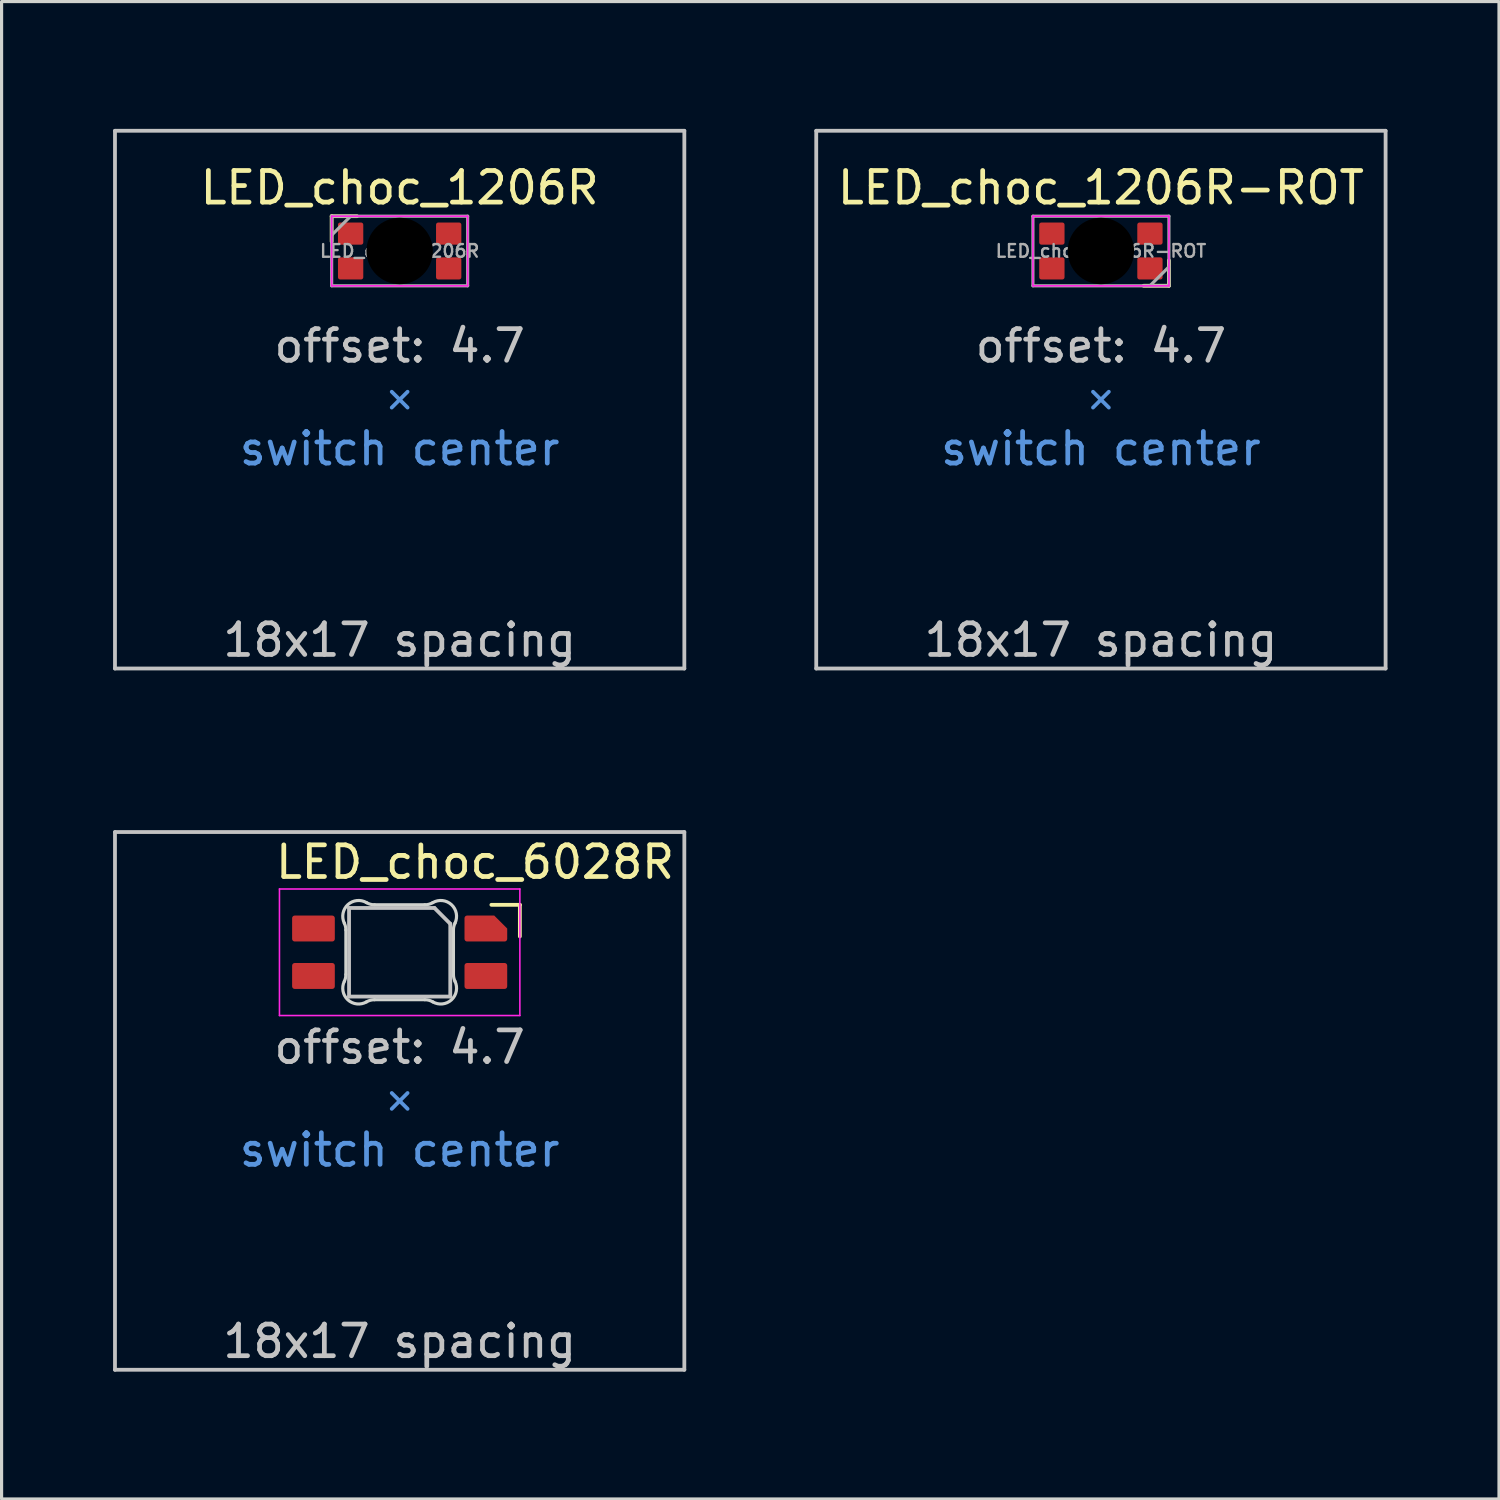
<source format=kicad_pcb>
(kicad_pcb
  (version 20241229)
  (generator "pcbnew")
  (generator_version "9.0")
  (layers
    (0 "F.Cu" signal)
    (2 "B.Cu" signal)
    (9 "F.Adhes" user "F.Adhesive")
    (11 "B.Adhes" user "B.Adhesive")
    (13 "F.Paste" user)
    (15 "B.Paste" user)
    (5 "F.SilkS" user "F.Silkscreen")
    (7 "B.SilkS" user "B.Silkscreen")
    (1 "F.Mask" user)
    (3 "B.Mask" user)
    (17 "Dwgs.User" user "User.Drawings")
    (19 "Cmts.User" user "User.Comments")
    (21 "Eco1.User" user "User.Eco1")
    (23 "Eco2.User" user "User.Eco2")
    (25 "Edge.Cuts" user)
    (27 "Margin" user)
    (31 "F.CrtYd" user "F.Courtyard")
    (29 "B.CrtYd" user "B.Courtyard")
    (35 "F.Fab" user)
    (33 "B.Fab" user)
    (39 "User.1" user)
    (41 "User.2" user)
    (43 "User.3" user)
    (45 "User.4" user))
  (footprint "LED_choc_1206R-ROT"
    (layer "F.Cu")
    (at 31.755 4.885)
    (property "Reference" "LED_choc_1206R-ROT" (at 0 -2 180) (layer "F.SilkS") (effects (font (size 1 1) (thickness 0.15))))
    (attr smd)
    (fp_line (start 1.35 1.1) (end 2.15 1.1) (stroke (width 0.12) (type solid)) (layer "F.SilkS"))
    (fp_line (start 2.15 1.1) (end 2.15 0.3) (stroke (width 0.12) (type solid)) (layer "F.SilkS"))
    (fp_line (start -9 -3.8) (end -9 13.2) (stroke (width 0.12) (type solid)) (layer "Dwgs.User"))
    (fp_line (start -9 13.2) (end 9 13.2) (stroke (width 0.12) (type solid)) (layer "Dwgs.User"))
    (fp_line (start 9 -3.8) (end -9 -3.8) (stroke (width 0.12) (type solid)) (layer "Dwgs.User"))
    (fp_line (start 9 13.2) (end 9 -3.8) (stroke (width 0.12) (type solid)) (layer "Dwgs.User"))
    (fp_line (start -0.25 4.45) (end 0 4.7) (stroke (width 0.12) (type solid)) (layer "Cmts.User"))
    (fp_line (start 0 4.7) (end -0.25 4.95) (stroke (width 0.12) (type solid)) (layer "Cmts.User"))
    (fp_line (start 0 4.7) (end 0.25 4.95) (stroke (width 0.12) (type solid)) (layer "Cmts.User"))
    (fp_line (start 0.25 4.45) (end 0 4.7) (stroke (width 0.12) (type solid)) (layer "Cmts.User"))
    (fp_line (start -9.525 -4.825) (end 9.525 -4.825) (stroke (width 0.12) (type solid)) (layer "Eco1.User"))
    (fp_line (start -9.525 14.225) (end -9.525 -4.825) (stroke (width 0.12) (type solid)) (layer "Eco1.User"))
    (fp_line (start 9.525 -4.825) (end 9.525 14.225) (stroke (width 0.12) (type solid)) (layer "Eco1.User"))
    (fp_line (start 9.525 14.225) (end -9.525 14.225) (stroke (width 0.12) (type solid)) (layer "Eco1.User"))
    (fp_line (start -2.15 -1.1) (end 2.15 -1.1) (stroke (width 0.05) (type solid)) (layer "F.CrtYd"))
    (fp_line (start -2.15 1.1) (end -2.15 -1.1) (stroke (width 0.05) (type solid)) (layer "F.CrtYd"))
    (fp_line (start 2.15 -1.1) (end 2.15 1.1) (stroke (width 0.05) (type solid)) (layer "F.CrtYd"))
    (fp_line (start 2.15 1.1) (end -2.15 1.1) (stroke (width 0.05) (type solid)) (layer "F.CrtYd"))
    (fp_line (start -2.15 -1.1) (end 2.15 -1.1) (stroke (width 0.1) (type default)) (layer "F.Fab"))
    (fp_line (start -2.15 1.1) (end -2.15 -1.1) (stroke (width 0.1) (type default)) (layer "F.Fab"))
    (fp_line (start 2.15 -1.1) (end 2.15 1.1) (stroke (width 0.1) (type default)) (layer "F.Fab"))
    (fp_line (start 2.15 0.5) (end 1.55 1.1) (stroke (width 0.1) (type default)) (layer "F.Fab"))
    (fp_line (start 2.15 1.1) (end -2.15 1.1) (stroke (width 0.1) (type default)) (layer "F.Fab"))
    (fp_text user "18x17 spacing" (at 0 12.3 180) (layer "Dwgs.User") (effects (font (size 1 1) (thickness 0.15))))
    (fp_text user "offset: 4.7" (at 0 3 180) (layer "Dwgs.User") (effects (font (size 1 1) (thickness 0.15))))
    (fp_text user "switch center" (at 0 6.25 180) (layer "Cmts.User") (effects (font (size 1 1) (thickness 0.15))))
    (fp_text user "19.05 spacing" (at 0 13.4 180) (layer "Eco1.User") (effects (font (size 1 1) (thickness 0.15))))
    (fp_text user "${REFERENCE}" (at 0 0 180) (layer "F.Fab") (effects (font (size 0.4 0.4) (thickness 0.075) (bold yes))))
    (pad "" np_thru_hole circle (at 0 0 90) (size 2.1 2.1) (drill 2.1) (layers "*.Mask"))
    (pad "1" smd roundrect (at 1.55 0.55 90) (size 0.7 0.8) (layers "F.Cu" "F.Mask" "F.Paste") (roundrect_rratio 0.1))
    (pad "2" smd roundrect (at 1.55 -0.55 90) (size 0.7 0.8) (layers "F.Cu" "F.Mask" "F.Paste") (roundrect_rratio 0.1))
    (pad "3" smd roundrect (at -1.55 -0.55 90) (size 0.7 0.8) (layers "F.Cu" "F.Mask" "F.Paste") (roundrect_rratio 0.1))
    (pad "4" smd roundrect (at -1.55 0.55 90) (size 0.7 0.8) (layers "F.Cu" "F.Mask" "F.Paste") (roundrect_rratio 0.1)))
  (footprint "LED_choc_6028R"
    (layer "F.Cu")
    (at 9.585 27.055)
    (property "Reference" "LED_choc_6028R" (at -4 -2.85 180) (layer "F.SilkS") (effects (font (size 1 1) (thickness 0.15)) (justify left)))
    (attr smd)
    (fp_line (start 3.8 -1.5) (end 2.9 -1.5) (stroke (width 0.12) (type solid)) (layer "F.SilkS"))
    (fp_line (start 3.8 -0.5) (end 3.8 -1.5) (stroke (width 0.12) (type solid)) (layer "F.SilkS"))
    (fp_line (start -9 -3.8) (end -9 13.2) (stroke (width 0.12) (type solid)) (layer "Dwgs.User"))
    (fp_line (start -9 13.2) (end 9 13.2) (stroke (width 0.12) (type solid)) (layer "Dwgs.User"))
    (fp_line (start -1.6 -1.4) (end 1.1 -1.4) (stroke (width 0.12) (type solid)) (layer "Dwgs.User"))
    (fp_line (start -1.6 1.4) (end -1.6 -1.4) (stroke (width 0.12) (type solid)) (layer "Dwgs.User"))
    (fp_line (start 1.6 -0.9) (end 1.1 -1.4) (stroke (width 0.12) (type solid)) (layer "Dwgs.User"))
    (fp_line (start 1.6 -0.9) (end 1.6 1.4) (stroke (width 0.12) (type solid)) (layer "Dwgs.User"))
    (fp_line (start 1.6 1.4) (end -1.6 1.4) (stroke (width 0.12) (type solid)) (layer "Dwgs.User"))
    (fp_line (start 9 -3.8) (end -9 -3.8) (stroke (width 0.12) (type solid)) (layer "Dwgs.User"))
    (fp_line (start 9 13.2) (end 9 -3.8) (stroke (width 0.12) (type solid)) (layer "Dwgs.User"))
    (fp_line (start -0.25 4.45) (end 0 4.7) (stroke (width 0.12) (type solid)) (layer "Cmts.User"))
    (fp_line (start 0 4.7) (end -0.25 4.95) (stroke (width 0.12) (type solid)) (layer "Cmts.User"))
    (fp_line (start 0 4.7) (end 0.25 4.95) (stroke (width 0.12) (type solid)) (layer "Cmts.User"))
    (fp_line (start 0.25 4.45) (end 0 4.7) (stroke (width 0.12) (type solid)) (layer "Cmts.User"))
    (fp_line (start -9.525 -4.825) (end 9.525 -4.825) (stroke (width 0.12) (type solid)) (layer "Eco1.User"))
    (fp_line (start -9.525 14.225) (end -9.525 -4.825) (stroke (width 0.12) (type solid)) (layer "Eco1.User"))
    (fp_line (start 9.525 -4.825) (end 9.525 14.225) (stroke (width 0.12) (type solid)) (layer "Eco1.User"))
    (fp_line (start 9.525 14.225) (end -9.525 14.225) (stroke (width 0.12) (type solid)) (layer "Eco1.User"))
    (fp_line (start -1.7 -0.703) (end -1.7 0.703) (stroke (width 0.1) (type solid)) (layer "Edge.Cuts"))
    (fp_line (start -0.794 1.5) (end 0.794 1.5) (stroke (width 0.1) (type solid)) (layer "Edge.Cuts"))
    (fp_line (start 0.794 -1.5) (end -0.794 -1.5) (stroke (width 0.1) (type solid)) (layer "Edge.Cuts"))
    (fp_line (start 1.7 0.703) (end 1.7 -0.703) (stroke (width 0.1) (type solid)) (layer "Edge.Cuts"))
    (fp_arc (start -1.749484 -0.919719) (mid -1.712527 -0.814067) (end -1.699999 -0.702842) (stroke (width 0.1) (type solid)) (layer "Edge.Cuts"))
    (fp_arc (start -1.749484 -0.919719) (mid -1.63807 -1.504033) (end -1.046711 -1.568296) (stroke (width 0.1) (type solid)) (layer "Edge.Cuts"))
    (fp_arc (start -1.699999 0.702843) (mid -1.712527 0.814069) (end -1.749484 0.919721) (stroke (width 0.1) (type solid)) (layer "Edge.Cuts"))
    (fp_arc (start -1.046711 1.5683) (mid -1.638071 1.504036) (end -1.749484 0.919721) (stroke (width 0.1) (type solid)) (layer "Edge.Cuts"))
    (fp_arc (start -1.046711 1.5683) (mid -0.925123 1.517378) (end -0.794453 1.500001) (stroke (width 0.1) (type solid)) (layer "Edge.Cuts"))
    (fp_arc (start -0.794452 -1.499999) (mid -0.925122 -1.517376) (end -1.04671 -1.568298) (stroke (width 0.1) (type solid)) (layer "Edge.Cuts"))
    (fp_arc (start 0.794453 1.5) (mid 0.925123 1.517377) (end 1.046711 1.568299) (stroke (width 0.1) (type solid)) (layer "Edge.Cuts"))
    (fp_arc (start 1.046711 -1.568298) (mid 0.925123 -1.517376) (end 0.794452 -1.499999) (stroke (width 0.1) (type solid)) (layer "Edge.Cuts"))
    (fp_arc (start 1.046711 -1.568298) (mid 1.638072 -1.504034) (end 1.749484 -0.919718) (stroke (width 0.1) (type solid)) (layer "Edge.Cuts"))
    (fp_arc (start 1.699999 -0.702841) (mid 1.712527 -0.814067) (end 1.749484 -0.919719) (stroke (width 0.1) (type solid)) (layer "Edge.Cuts"))
    (fp_arc (start 1.749484 0.919721) (mid 1.638071 1.504035) (end 1.046711 1.568299) (stroke (width 0.1) (type solid)) (layer "Edge.Cuts"))
    (fp_arc (start 1.749484 0.919721) (mid 1.712527 0.814069) (end 1.699999 0.702844) (stroke (width 0.1) (type solid)) (layer "Edge.Cuts"))
    (fp_line (start -3.8 -2) (end 3.8 -2) (stroke (width 0.05) (type solid)) (layer "F.CrtYd"))
    (fp_line (start -3.8 2) (end -3.8 -2) (stroke (width 0.05) (type solid)) (layer "F.CrtYd"))
    (fp_line (start 3.8 -2) (end 3.8 2) (stroke (width 0.05) (type solid)) (layer "F.CrtYd"))
    (fp_line (start 3.8 2) (end -3.8 2) (stroke (width 0.05) (type solid)) (layer "F.CrtYd"))
    (fp_text user "offset: 4.7" (at 0 3 180) (layer "Dwgs.User") (effects (font (size 1 1) (thickness 0.15))))
    (fp_text user "18x17 spacing" (at 0 12.3 180) (layer "Dwgs.User") (effects (font (size 1 1) (thickness 0.15))))
    (fp_text user "switch center" (at 0 6.25 180) (layer "Cmts.User") (effects (font (size 1 1) (thickness 0.15))))
    (fp_text user "19.05 spacing" (at 0 13.4 180) (layer "Eco1.User") (effects (font (size 1 1) (thickness 0.15))))
    (pad "1" smd roundrect (at -2.725 0.75 270) (size 0.82 1.35) (layers "F.Cu" "F.Mask" "F.Paste") (roundrect_rratio 0.1))
    (pad "2" smd roundrect (at -2.725 -0.75 270) (size 0.82 1.35) (layers "F.Cu" "F.Mask" "F.Paste") (roundrect_rratio 0.1))
    (pad "3" smd roundrect (at 2.725 0.75 270) (size 0.82 1.35) (layers "F.Cu" "F.Mask" "F.Paste") (roundrect_rratio 0.1))
    (pad "4" smd roundrect (at 2.725 -0.75 270) (size 0.82 1.35) (layers "F.Cu" "F.Mask" "F.Paste") (roundrect_rratio 0.1) (chamfer_ratio 0.5) (chamfer top_left)))
  (footprint "LED_choc_1206R"
    (layer "F.Cu")
    (at 9.585 4.885)
    (property "Reference" "LED_choc_1206R" (at 0 -2 180) (layer "F.SilkS") (effects (font (size 1 1) (thickness 0.15))))
    (attr smd)
    (fp_line (start -2.15 -1.1) (end -2.15 -0.3) (stroke (width 0.12) (type solid)) (layer "F.SilkS"))
    (fp_line (start -1.35 -1.1) (end -2.15 -1.1) (stroke (width 0.12) (type solid)) (layer "F.SilkS"))
    (fp_line (start -9 -3.8) (end -9 13.2) (stroke (width 0.12) (type solid)) (layer "Dwgs.User"))
    (fp_line (start -9 13.2) (end 9 13.2) (stroke (width 0.12) (type solid)) (layer "Dwgs.User"))
    (fp_line (start 9 -3.8) (end -9 -3.8) (stroke (width 0.12) (type solid)) (layer "Dwgs.User"))
    (fp_line (start 9 13.2) (end 9 -3.8) (stroke (width 0.12) (type solid)) (layer "Dwgs.User"))
    (fp_line (start -0.25 4.45) (end 0 4.7) (stroke (width 0.12) (type solid)) (layer "Cmts.User"))
    (fp_line (start 0 4.7) (end -0.25 4.95) (stroke (width 0.12) (type solid)) (layer "Cmts.User"))
    (fp_line (start 0 4.7) (end 0.25 4.95) (stroke (width 0.12) (type solid)) (layer "Cmts.User"))
    (fp_line (start 0.25 4.45) (end 0 4.7) (stroke (width 0.12) (type solid)) (layer "Cmts.User"))
    (fp_line (start -9.525 -4.825) (end 9.525 -4.825) (stroke (width 0.12) (type solid)) (layer "Eco1.User"))
    (fp_line (start -9.525 14.225) (end -9.525 -4.825) (stroke (width 0.12) (type solid)) (layer "Eco1.User"))
    (fp_line (start 9.525 -4.825) (end 9.525 14.225) (stroke (width 0.12) (type solid)) (layer "Eco1.User"))
    (fp_line (start 9.525 14.225) (end -9.525 14.225) (stroke (width 0.12) (type solid)) (layer "Eco1.User"))
    (fp_line (start -2.15 -1.1) (end 2.15 -1.1) (stroke (width 0.05) (type solid)) (layer "F.CrtYd"))
    (fp_line (start -2.15 1.1) (end -2.15 -1.1) (stroke (width 0.05) (type solid)) (layer "F.CrtYd"))
    (fp_line (start 2.15 -1.1) (end 2.15 1.1) (stroke (width 0.05) (type solid)) (layer "F.CrtYd"))
    (fp_line (start 2.15 1.1) (end -2.15 1.1) (stroke (width 0.05) (type solid)) (layer "F.CrtYd"))
    (fp_line (start -2.15 -1.1) (end 2.15 -1.1) (stroke (width 0.1) (type default)) (layer "F.Fab"))
    (fp_line (start -2.15 -0.5) (end -1.55 -1.1) (stroke (width 0.1) (type default)) (layer "F.Fab"))
    (fp_line (start -2.15 1.1) (end -2.15 -1.1) (stroke (width 0.1) (type default)) (layer "F.Fab"))
    (fp_line (start 2.15 -1.1) (end 2.15 1.1) (stroke (width 0.1) (type default)) (layer "F.Fab"))
    (fp_line (start 2.15 1.1) (end -2.15 1.1) (stroke (width 0.1) (type default)) (layer "F.Fab"))
    (fp_text user "18x17 spacing" (at 0 12.3 180) (layer "Dwgs.User") (effects (font (size 1 1) (thickness 0.15))))
    (fp_text user "offset: 4.7" (at 0 3 180) (layer "Dwgs.User") (effects (font (size 1 1) (thickness 0.15))))
    (fp_text user "switch center" (at 0 6.25 180) (layer "Cmts.User") (effects (font (size 1 1) (thickness 0.15))))
    (fp_text user "19.05 spacing" (at 0 13.4 180) (layer "Eco1.User") (effects (font (size 1 1) (thickness 0.15))))
    (fp_text user "${REFERENCE}" (at 0 0 0) (layer "F.Fab") (effects (font (size 0.4 0.4) (thickness 0.075) (bold yes))))
    (pad "" np_thru_hole circle (at 0 0 270) (size 2.1 2.1) (drill 2.1) (layers "*.Mask"))
    (pad "1" smd roundrect (at -1.55 -0.55 270) (size 0.7 0.8) (layers "F.Cu" "F.Mask" "F.Paste") (roundrect_rratio 0.1))
    (pad "2" smd roundrect (at -1.55 0.55 270) (size 0.7 0.8) (layers "F.Cu" "F.Mask" "F.Paste") (roundrect_rratio 0.1))
    (pad "3" smd roundrect (at 1.55 0.55 270) (size 0.7 0.8) (layers "F.Cu" "F.Mask" "F.Paste") (roundrect_rratio 0.1))
    (pad "4" smd roundrect (at 1.55 -0.55 270) (size 0.7 0.8) (layers "F.Cu" "F.Mask" "F.Paste") (roundrect_rratio 0.1)))
  (gr_rect
    (start -3 -3)
    (end 44.34 44.34)
    (stroke (width 0.1) (type default))
    (fill no)
    (layer "Edge.Cuts")))
</source>
